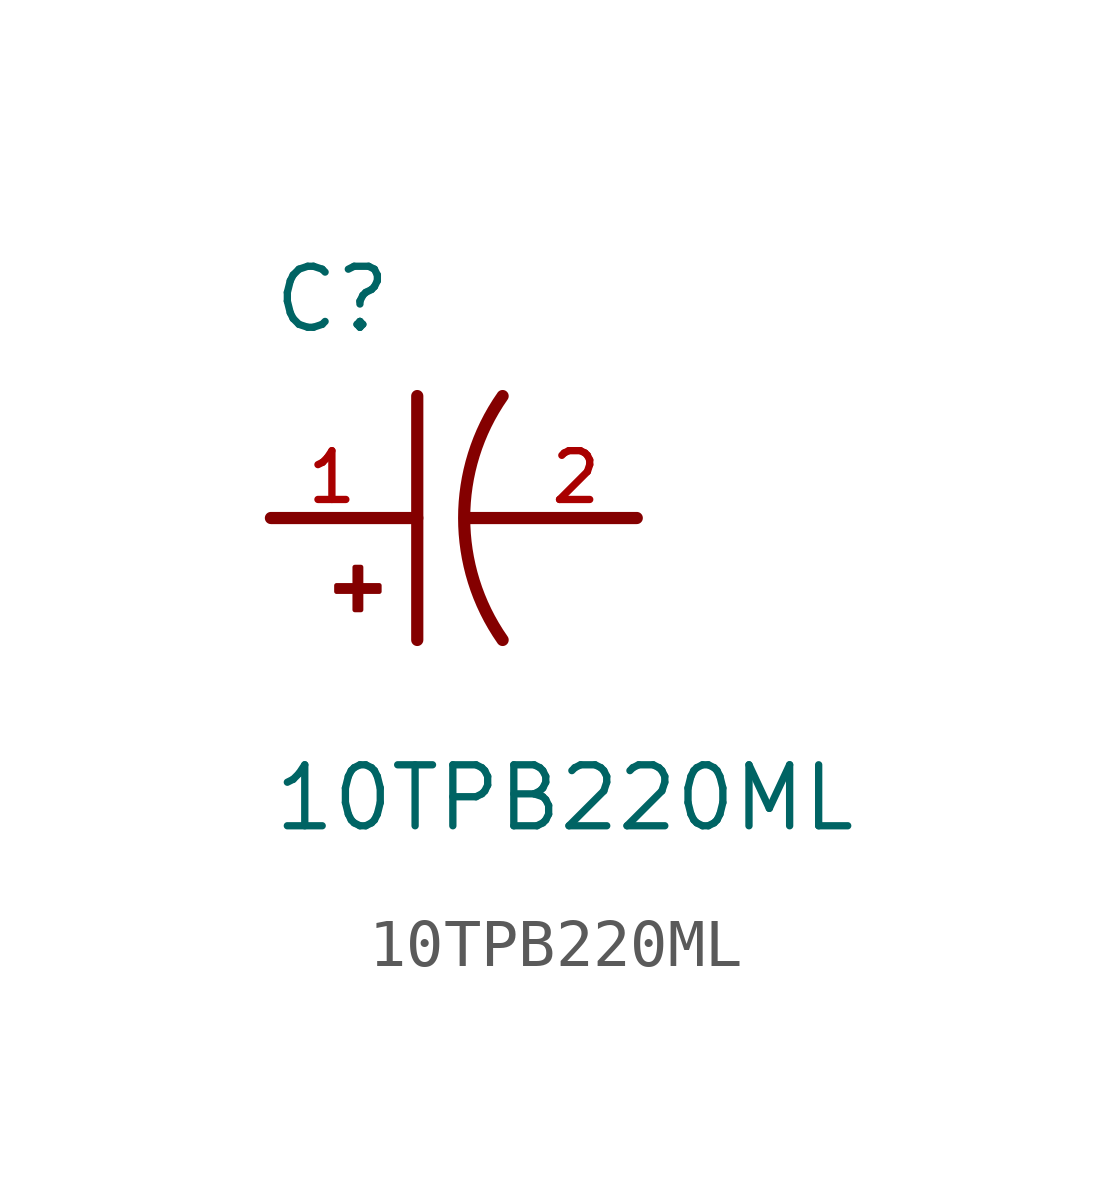
<source format=kicad_sym>
(kicad_symbol_lib
  (version 20211014)
  (generator kicad_symbol_editor)
  (symbol "10TPB220ML"
    (pin_names
      (offset 1.016))
    (property "Reference" "C"
      (at -5.08 3.81 0)
      (effects (font (size 1.27 1.27)) (justify bottom left)))
    (property "Value" "10TPB220ML"
      (at -5.08 -5.088 0)
      (effects (font (size 1.27 1.27)) (justify top left)))
    (symbol "10TPB220ML_0_0"
      (arc (start -0.254 -2.54) (mid -1.0549 -0.0) (end -0.254 2.54) (stroke (width 0.254) (type default) (color 0 0 0 0)) (fill (type none)))
      (polyline (pts (xy -1.016 0.0) (xy 2.54 0.0)) (stroke (width 0.254)))
      (polyline (pts (xy -5.08 0.0) (xy -2.032 0.0)) (stroke (width 0.254)))
      (polyline (pts (xy -2.032 2.54) (xy -2.032 -2.54)) (stroke (width 0.254)))
      (rectangle (start -3.713 -1.532) (end -2.824 -1.405) (stroke (width 0.1)) (fill (type outline)))
      (rectangle (start -3.332 -1.913) (end -3.205 -1.024) (stroke (width 0.1)) (fill (type outline)))
      (pin passive line (at -5.08 0.0 0) (length 2.54) (name "~" (effects (font (size 1.016 1.016)))) (number "1" (effects (font (size 1.016 1.016)))))
      (pin passive line (at 2.54 0.0 180.0) (length 2.54) (name "~" (effects (font (size 1.016 1.016)))) (number "2" (effects (font (size 1.016 1.016))))))))
</source>
